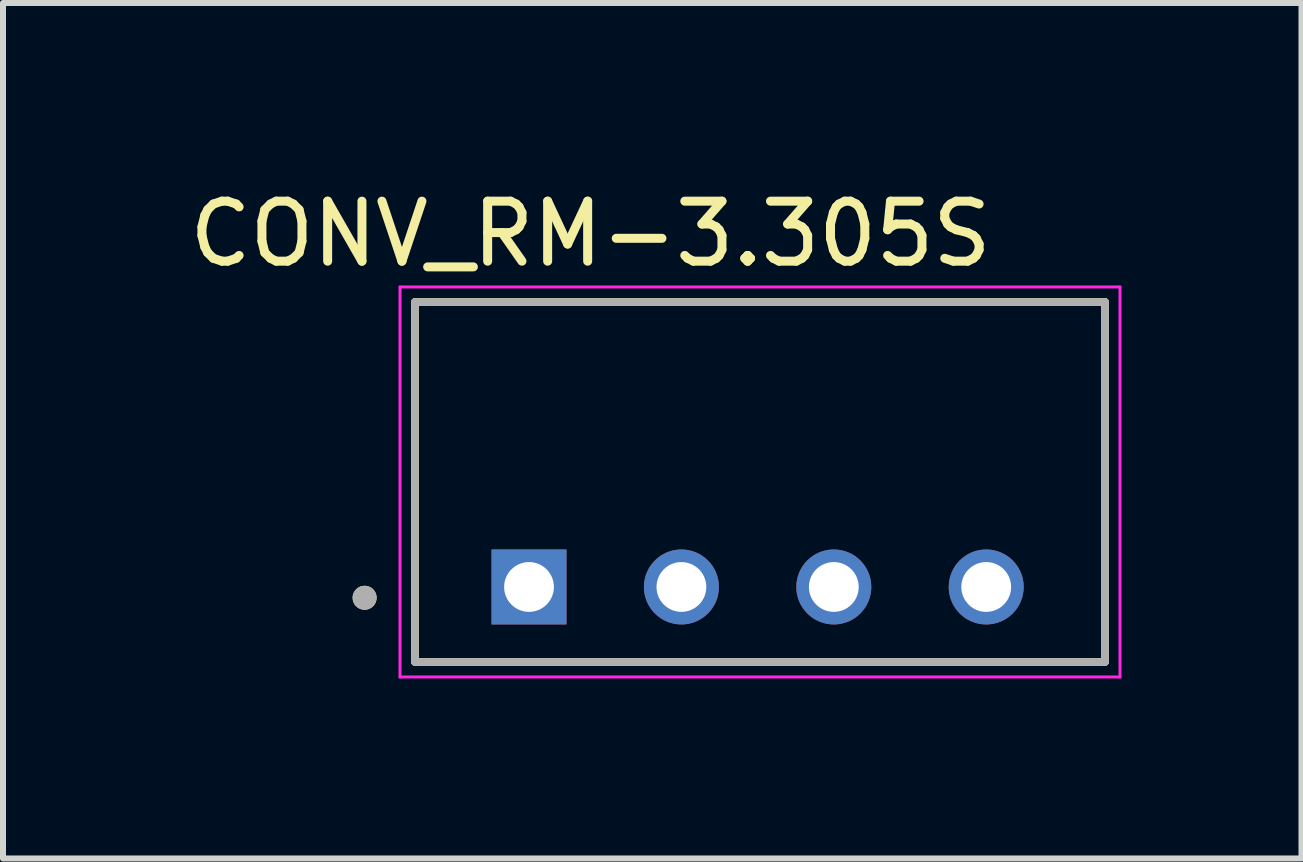
<source format=kicad_pcb>
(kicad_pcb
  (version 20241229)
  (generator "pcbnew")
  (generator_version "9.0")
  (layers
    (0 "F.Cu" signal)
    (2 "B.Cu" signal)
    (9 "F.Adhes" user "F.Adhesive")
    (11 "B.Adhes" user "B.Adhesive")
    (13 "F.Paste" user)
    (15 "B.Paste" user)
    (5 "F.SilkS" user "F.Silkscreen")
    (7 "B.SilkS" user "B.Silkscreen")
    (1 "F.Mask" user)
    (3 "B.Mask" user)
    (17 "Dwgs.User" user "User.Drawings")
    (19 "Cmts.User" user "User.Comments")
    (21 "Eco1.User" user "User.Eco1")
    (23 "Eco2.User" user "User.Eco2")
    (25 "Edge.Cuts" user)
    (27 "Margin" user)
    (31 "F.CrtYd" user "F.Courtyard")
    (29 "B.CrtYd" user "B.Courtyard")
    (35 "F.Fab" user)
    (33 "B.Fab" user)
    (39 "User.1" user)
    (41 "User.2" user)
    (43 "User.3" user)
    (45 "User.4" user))
  (footprint "CONV_RM-3.305S"
    (layer "F.Cu")
    (at 9.617 4.983)
    (property "Reference" "CONV_RM-3.305S" (at -2.825 -4.135 0) (layer "F.SilkS") (effects (font (size 1 1) (thickness 0.15))))
    (attr through_hole)
    (fp_line (start -5.75 -3) (end 5.75 -3) (stroke (width 0.127) (type solid)) (layer "F.SilkS"))
    (fp_line (start -5.75 3) (end -5.75 -3) (stroke (width 0.127) (type solid)) (layer "F.SilkS"))
    (fp_line (start 5.75 -3) (end 5.75 3) (stroke (width 0.127) (type solid)) (layer "F.SilkS"))
    (fp_line (start 5.75 3) (end -5.75 3) (stroke (width 0.127) (type solid)) (layer "F.SilkS"))
    (fp_circle (center -6.59 1.93) (end -6.49 1.93) (stroke (width 0.2) (type solid)) (fill no) (layer "F.SilkS"))
    (fp_line (start -6 -3.25) (end 6 -3.25) (stroke (width 0.05) (type solid)) (layer "F.CrtYd"))
    (fp_line (start -6 3.25) (end -6 -3.25) (stroke (width 0.05) (type solid)) (layer "F.CrtYd"))
    (fp_line (start 6 -3.25) (end 6 3.25) (stroke (width 0.05) (type solid)) (layer "F.CrtYd"))
    (fp_line (start 6 3.25) (end -6 3.25) (stroke (width 0.05) (type solid)) (layer "F.CrtYd"))
    (fp_line (start -5.75 -3) (end -5.75 3) (stroke (width 0.127) (type solid)) (layer "F.Fab"))
    (fp_line (start -5.75 3) (end 5.75 3) (stroke (width 0.127) (type solid)) (layer "F.Fab"))
    (fp_line (start 5.75 -3) (end -5.75 -3) (stroke (width 0.127) (type solid)) (layer "F.Fab"))
    (fp_line (start 5.75 3) (end 5.75 -3) (stroke (width 0.127) (type solid)) (layer "F.Fab"))
    (fp_circle (center -6.59 1.93) (end -6.49 1.93) (stroke (width 0.2) (type solid)) (fill no) (layer "F.Fab"))
    (pad "1" thru_hole rect (at -3.85 1.75) (size 1.25 1.25) (drill 0.83) (layers "*.Cu" "*.Mask"))
    (pad "2" thru_hole circle (at -1.31 1.75) (size 1.25 1.25) (drill 0.83) (layers "*.Cu" "*.Mask"))
    (pad "3" thru_hole circle (at 1.23 1.75) (size 1.25 1.25) (drill 0.83) (layers "*.Cu" "*.Mask"))
    (pad "4" thru_hole circle (at 3.77 1.75) (size 1.25 1.25) (drill 0.83) (layers "*.Cu" "*.Mask")))
  (gr_rect
    (start -3 -3)
    (end 18.642 11.258)
    (stroke (width 0.1) (type default))
    (fill no)
    (layer "Edge.Cuts")))
</source>
